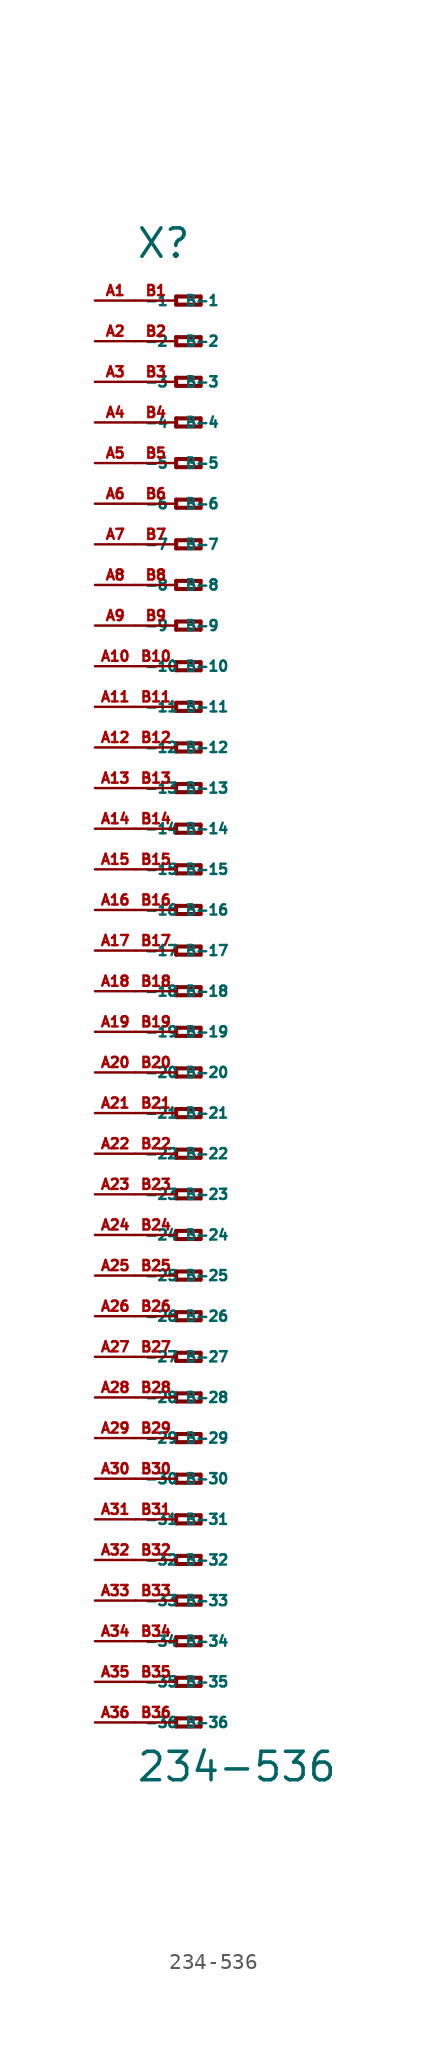
<source format=kicad_sym>
(kicad_symbol_lib
  (version 20220914)
  (generator Eagle2Kicad)
  (symbol "234-536"
    (property "Reference" "X"
      (at -5.08 45.72 0)
      (effects (font (size 1.778 1.778) (thickness 0.22)) (justify left bottom)))
    (property "Value" "234-536"
      (at -5.08 -49.53 0)
      (effects (font (size 1.778 1.778) (thickness 0.22)) (justify left bottom)))
    (polyline
      (pts (xy -2.54 43.434) (xy -2.54 42.926))
      (stroke (width 0.254) (type default))
      (fill (type none)))
    (polyline
      (pts (xy -2.54 42.926) (xy -1.016 42.926))
      (stroke (width 0.254) (type default))
      (fill (type none)))
    (polyline
      (pts (xy -1.016 42.926) (xy -1.016 43.434))
      (stroke (width 0.254) (type default))
      (fill (type none)))
    (polyline
      (pts (xy -1.016 43.434) (xy -2.54 43.434))
      (stroke (width 0.254) (type default))
      (fill (type none)))
    (polyline
      (pts (xy -2.54 40.894) (xy -2.54 40.386))
      (stroke (width 0.254) (type default))
      (fill (type none)))
    (polyline
      (pts (xy -2.54 40.386) (xy -1.016 40.386))
      (stroke (width 0.254) (type default))
      (fill (type none)))
    (polyline
      (pts (xy -1.016 40.386) (xy -1.016 40.894))
      (stroke (width 0.254) (type default))
      (fill (type none)))
    (polyline
      (pts (xy -1.016 40.894) (xy -2.54 40.894))
      (stroke (width 0.254) (type default))
      (fill (type none)))
    (polyline
      (pts (xy -2.54 38.354) (xy -2.54 37.846))
      (stroke (width 0.254) (type default))
      (fill (type none)))
    (polyline
      (pts (xy -2.54 37.846) (xy -1.016 37.846))
      (stroke (width 0.254) (type default))
      (fill (type none)))
    (polyline
      (pts (xy -1.016 37.846) (xy -1.016 38.354))
      (stroke (width 0.254) (type default))
      (fill (type none)))
    (polyline
      (pts (xy -1.016 38.354) (xy -2.54 38.354))
      (stroke (width 0.254) (type default))
      (fill (type none)))
    (polyline
      (pts (xy -2.54 35.814) (xy -2.54 35.306))
      (stroke (width 0.254) (type default))
      (fill (type none)))
    (polyline
      (pts (xy -2.54 35.306) (xy -1.016 35.306))
      (stroke (width 0.254) (type default))
      (fill (type none)))
    (polyline
      (pts (xy -1.016 35.306) (xy -1.016 35.814))
      (stroke (width 0.254) (type default))
      (fill (type none)))
    (polyline
      (pts (xy -1.016 35.814) (xy -2.54 35.814))
      (stroke (width 0.254) (type default))
      (fill (type none)))
    (polyline
      (pts (xy -2.54 33.274) (xy -2.54 32.766))
      (stroke (width 0.254) (type default))
      (fill (type none)))
    (polyline
      (pts (xy -2.54 32.766) (xy -1.016 32.766))
      (stroke (width 0.254) (type default))
      (fill (type none)))
    (polyline
      (pts (xy -1.016 32.766) (xy -1.016 33.274))
      (stroke (width 0.254) (type default))
      (fill (type none)))
    (polyline
      (pts (xy -1.016 33.274) (xy -2.54 33.274))
      (stroke (width 0.254) (type default))
      (fill (type none)))
    (polyline
      (pts (xy -2.54 30.734) (xy -2.54 30.226))
      (stroke (width 0.254) (type default))
      (fill (type none)))
    (polyline
      (pts (xy -2.54 30.226) (xy -1.016 30.226))
      (stroke (width 0.254) (type default))
      (fill (type none)))
    (polyline
      (pts (xy -1.016 30.226) (xy -1.016 30.734))
      (stroke (width 0.254) (type default))
      (fill (type none)))
    (polyline
      (pts (xy -1.016 30.734) (xy -2.54 30.734))
      (stroke (width 0.254) (type default))
      (fill (type none)))
    (polyline
      (pts (xy -2.54 28.194) (xy -2.54 27.686))
      (stroke (width 0.254) (type default))
      (fill (type none)))
    (polyline
      (pts (xy -2.54 27.686) (xy -1.016 27.686))
      (stroke (width 0.254) (type default))
      (fill (type none)))
    (polyline
      (pts (xy -1.016 27.686) (xy -1.016 28.194))
      (stroke (width 0.254) (type default))
      (fill (type none)))
    (polyline
      (pts (xy -1.016 28.194) (xy -2.54 28.194))
      (stroke (width 0.254) (type default))
      (fill (type none)))
    (polyline
      (pts (xy -2.54 25.654) (xy -2.54 25.146))
      (stroke (width 0.254) (type default))
      (fill (type none)))
    (polyline
      (pts (xy -2.54 25.146) (xy -1.016 25.146))
      (stroke (width 0.254) (type default))
      (fill (type none)))
    (polyline
      (pts (xy -1.016 25.146) (xy -1.016 25.654))
      (stroke (width 0.254) (type default))
      (fill (type none)))
    (polyline
      (pts (xy -1.016 25.654) (xy -2.54 25.654))
      (stroke (width 0.254) (type default))
      (fill (type none)))
    (polyline
      (pts (xy -2.54 23.114) (xy -2.54 22.606))
      (stroke (width 0.254) (type default))
      (fill (type none)))
    (polyline
      (pts (xy -2.54 22.606) (xy -1.016 22.606))
      (stroke (width 0.254) (type default))
      (fill (type none)))
    (polyline
      (pts (xy -1.016 22.606) (xy -1.016 23.114))
      (stroke (width 0.254) (type default))
      (fill (type none)))
    (polyline
      (pts (xy -1.016 23.114) (xy -2.54 23.114))
      (stroke (width 0.254) (type default))
      (fill (type none)))
    (polyline
      (pts (xy -2.54 20.574) (xy -2.54 20.066))
      (stroke (width 0.254) (type default))
      (fill (type none)))
    (polyline
      (pts (xy -2.54 20.066) (xy -1.016 20.066))
      (stroke (width 0.254) (type default))
      (fill (type none)))
    (polyline
      (pts (xy -1.016 20.066) (xy -1.016 20.574))
      (stroke (width 0.254) (type default))
      (fill (type none)))
    (polyline
      (pts (xy -1.016 20.574) (xy -2.54 20.574))
      (stroke (width 0.254) (type default))
      (fill (type none)))
    (polyline
      (pts (xy -2.54 18.034) (xy -2.54 17.526))
      (stroke (width 0.254) (type default))
      (fill (type none)))
    (polyline
      (pts (xy -2.54 17.526) (xy -1.016 17.526))
      (stroke (width 0.254) (type default))
      (fill (type none)))
    (polyline
      (pts (xy -1.016 17.526) (xy -1.016 18.034))
      (stroke (width 0.254) (type default))
      (fill (type none)))
    (polyline
      (pts (xy -1.016 18.034) (xy -2.54 18.034))
      (stroke (width 0.254) (type default))
      (fill (type none)))
    (polyline
      (pts (xy -2.54 15.494) (xy -2.54 14.986))
      (stroke (width 0.254) (type default))
      (fill (type none)))
    (polyline
      (pts (xy -2.54 14.986) (xy -1.016 14.986))
      (stroke (width 0.254) (type default))
      (fill (type none)))
    (polyline
      (pts (xy -1.016 14.986) (xy -1.016 15.494))
      (stroke (width 0.254) (type default))
      (fill (type none)))
    (polyline
      (pts (xy -1.016 15.494) (xy -2.54 15.494))
      (stroke (width 0.254) (type default))
      (fill (type none)))
    (polyline
      (pts (xy -2.54 12.954) (xy -2.54 12.446))
      (stroke (width 0.254) (type default))
      (fill (type none)))
    (polyline
      (pts (xy -2.54 12.446) (xy -1.016 12.446))
      (stroke (width 0.254) (type default))
      (fill (type none)))
    (polyline
      (pts (xy -1.016 12.446) (xy -1.016 12.954))
      (stroke (width 0.254) (type default))
      (fill (type none)))
    (polyline
      (pts (xy -1.016 12.954) (xy -2.54 12.954))
      (stroke (width 0.254) (type default))
      (fill (type none)))
    (polyline
      (pts (xy -2.54 10.414) (xy -2.54 9.906))
      (stroke (width 0.254) (type default))
      (fill (type none)))
    (polyline
      (pts (xy -2.54 9.906) (xy -1.016 9.906))
      (stroke (width 0.254) (type default))
      (fill (type none)))
    (polyline
      (pts (xy -1.016 9.906) (xy -1.016 10.414))
      (stroke (width 0.254) (type default))
      (fill (type none)))
    (polyline
      (pts (xy -1.016 10.414) (xy -2.54 10.414))
      (stroke (width 0.254) (type default))
      (fill (type none)))
    (polyline
      (pts (xy -2.54 7.874) (xy -2.54 7.366))
      (stroke (width 0.254) (type default))
      (fill (type none)))
    (polyline
      (pts (xy -2.54 7.366) (xy -1.016 7.366))
      (stroke (width 0.254) (type default))
      (fill (type none)))
    (polyline
      (pts (xy -1.016 7.366) (xy -1.016 7.874))
      (stroke (width 0.254) (type default))
      (fill (type none)))
    (polyline
      (pts (xy -1.016 7.874) (xy -2.54 7.874))
      (stroke (width 0.254) (type default))
      (fill (type none)))
    (polyline
      (pts (xy -2.54 5.334) (xy -2.54 4.826))
      (stroke (width 0.254) (type default))
      (fill (type none)))
    (polyline
      (pts (xy -2.54 4.826) (xy -1.016 4.826))
      (stroke (width 0.254) (type default))
      (fill (type none)))
    (polyline
      (pts (xy -1.016 4.826) (xy -1.016 5.334))
      (stroke (width 0.254) (type default))
      (fill (type none)))
    (polyline
      (pts (xy -1.016 5.334) (xy -2.54 5.334))
      (stroke (width 0.254) (type default))
      (fill (type none)))
    (polyline
      (pts (xy -2.54 2.794) (xy -2.54 2.286))
      (stroke (width 0.254) (type default))
      (fill (type none)))
    (polyline
      (pts (xy -2.54 2.286) (xy -1.016 2.286))
      (stroke (width 0.254) (type default))
      (fill (type none)))
    (polyline
      (pts (xy -1.016 2.286) (xy -1.016 2.794))
      (stroke (width 0.254) (type default))
      (fill (type none)))
    (polyline
      (pts (xy -1.016 2.794) (xy -2.54 2.794))
      (stroke (width 0.254) (type default))
      (fill (type none)))
    (polyline
      (pts (xy -2.54 0.254) (xy -2.54 -0.254))
      (stroke (width 0.254) (type default))
      (fill (type none)))
    (polyline
      (pts (xy -2.54 -0.254) (xy -1.016 -0.254))
      (stroke (width 0.254) (type default))
      (fill (type none)))
    (polyline
      (pts (xy -1.016 -0.254) (xy -1.016 0.254))
      (stroke (width 0.254) (type default))
      (fill (type none)))
    (polyline
      (pts (xy -1.016 0.254) (xy -2.54 0.254))
      (stroke (width 0.254) (type default))
      (fill (type none)))
    (polyline
      (pts (xy -2.54 -2.286) (xy -2.54 -2.794))
      (stroke (width 0.254) (type default))
      (fill (type none)))
    (polyline
      (pts (xy -2.54 -2.794) (xy -1.016 -2.794))
      (stroke (width 0.254) (type default))
      (fill (type none)))
    (polyline
      (pts (xy -1.016 -2.794) (xy -1.016 -2.286))
      (stroke (width 0.254) (type default))
      (fill (type none)))
    (polyline
      (pts (xy -1.016 -2.286) (xy -2.54 -2.286))
      (stroke (width 0.254) (type default))
      (fill (type none)))
    (polyline
      (pts (xy -2.54 -4.826) (xy -2.54 -5.334))
      (stroke (width 0.254) (type default))
      (fill (type none)))
    (polyline
      (pts (xy -2.54 -5.334) (xy -1.016 -5.334))
      (stroke (width 0.254) (type default))
      (fill (type none)))
    (polyline
      (pts (xy -1.016 -5.334) (xy -1.016 -4.826))
      (stroke (width 0.254) (type default))
      (fill (type none)))
    (polyline
      (pts (xy -1.016 -4.826) (xy -2.54 -4.826))
      (stroke (width 0.254) (type default))
      (fill (type none)))
    (polyline
      (pts (xy -2.54 -7.366) (xy -2.54 -7.874))
      (stroke (width 0.254) (type default))
      (fill (type none)))
    (polyline
      (pts (xy -2.54 -7.874) (xy -1.016 -7.874))
      (stroke (width 0.254) (type default))
      (fill (type none)))
    (polyline
      (pts (xy -1.016 -7.874) (xy -1.016 -7.366))
      (stroke (width 0.254) (type default))
      (fill (type none)))
    (polyline
      (pts (xy -1.016 -7.366) (xy -2.54 -7.366))
      (stroke (width 0.254) (type default))
      (fill (type none)))
    (polyline
      (pts (xy -2.54 -9.906) (xy -2.54 -10.414))
      (stroke (width 0.254) (type default))
      (fill (type none)))
    (polyline
      (pts (xy -2.54 -10.414) (xy -1.016 -10.414))
      (stroke (width 0.254) (type default))
      (fill (type none)))
    (polyline
      (pts (xy -1.016 -10.414) (xy -1.016 -9.906))
      (stroke (width 0.254) (type default))
      (fill (type none)))
    (polyline
      (pts (xy -1.016 -9.906) (xy -2.54 -9.906))
      (stroke (width 0.254) (type default))
      (fill (type none)))
    (polyline
      (pts (xy -2.54 -12.446) (xy -2.54 -12.954))
      (stroke (width 0.254) (type default))
      (fill (type none)))
    (polyline
      (pts (xy -2.54 -12.954) (xy -1.016 -12.954))
      (stroke (width 0.254) (type default))
      (fill (type none)))
    (polyline
      (pts (xy -1.016 -12.954) (xy -1.016 -12.446))
      (stroke (width 0.254) (type default))
      (fill (type none)))
    (polyline
      (pts (xy -1.016 -12.446) (xy -2.54 -12.446))
      (stroke (width 0.254) (type default))
      (fill (type none)))
    (polyline
      (pts (xy -2.54 -14.986) (xy -2.54 -15.494))
      (stroke (width 0.254) (type default))
      (fill (type none)))
    (polyline
      (pts (xy -2.54 -15.494) (xy -1.016 -15.494))
      (stroke (width 0.254) (type default))
      (fill (type none)))
    (polyline
      (pts (xy -1.016 -15.494) (xy -1.016 -14.986))
      (stroke (width 0.254) (type default))
      (fill (type none)))
    (polyline
      (pts (xy -1.016 -14.986) (xy -2.54 -14.986))
      (stroke (width 0.254) (type default))
      (fill (type none)))
    (polyline
      (pts (xy -2.54 -17.526) (xy -2.54 -18.034))
      (stroke (width 0.254) (type default))
      (fill (type none)))
    (polyline
      (pts (xy -2.54 -18.034) (xy -1.016 -18.034))
      (stroke (width 0.254) (type default))
      (fill (type none)))
    (polyline
      (pts (xy -1.016 -18.034) (xy -1.016 -17.526))
      (stroke (width 0.254) (type default))
      (fill (type none)))
    (polyline
      (pts (xy -1.016 -17.526) (xy -2.54 -17.526))
      (stroke (width 0.254) (type default))
      (fill (type none)))
    (polyline
      (pts (xy -2.54 -20.066) (xy -2.54 -20.574))
      (stroke (width 0.254) (type default))
      (fill (type none)))
    (polyline
      (pts (xy -2.54 -20.574) (xy -1.016 -20.574))
      (stroke (width 0.254) (type default))
      (fill (type none)))
    (polyline
      (pts (xy -1.016 -20.574) (xy -1.016 -20.066))
      (stroke (width 0.254) (type default))
      (fill (type none)))
    (polyline
      (pts (xy -1.016 -20.066) (xy -2.54 -20.066))
      (stroke (width 0.254) (type default))
      (fill (type none)))
    (polyline
      (pts (xy -2.54 -22.606) (xy -2.54 -23.114))
      (stroke (width 0.254) (type default))
      (fill (type none)))
    (polyline
      (pts (xy -2.54 -23.114) (xy -1.016 -23.114))
      (stroke (width 0.254) (type default))
      (fill (type none)))
    (polyline
      (pts (xy -1.016 -23.114) (xy -1.016 -22.606))
      (stroke (width 0.254) (type default))
      (fill (type none)))
    (polyline
      (pts (xy -1.016 -22.606) (xy -2.54 -22.606))
      (stroke (width 0.254) (type default))
      (fill (type none)))
    (polyline
      (pts (xy -2.54 -25.146) (xy -2.54 -25.654))
      (stroke (width 0.254) (type default))
      (fill (type none)))
    (polyline
      (pts (xy -2.54 -25.654) (xy -1.016 -25.654))
      (stroke (width 0.254) (type default))
      (fill (type none)))
    (polyline
      (pts (xy -1.016 -25.654) (xy -1.016 -25.146))
      (stroke (width 0.254) (type default))
      (fill (type none)))
    (polyline
      (pts (xy -1.016 -25.146) (xy -2.54 -25.146))
      (stroke (width 0.254) (type default))
      (fill (type none)))
    (polyline
      (pts (xy -2.54 -27.686) (xy -2.54 -28.194))
      (stroke (width 0.254) (type default))
      (fill (type none)))
    (polyline
      (pts (xy -2.54 -28.194) (xy -1.016 -28.194))
      (stroke (width 0.254) (type default))
      (fill (type none)))
    (polyline
      (pts (xy -1.016 -28.194) (xy -1.016 -27.686))
      (stroke (width 0.254) (type default))
      (fill (type none)))
    (polyline
      (pts (xy -1.016 -27.686) (xy -2.54 -27.686))
      (stroke (width 0.254) (type default))
      (fill (type none)))
    (polyline
      (pts (xy -2.54 -30.226) (xy -2.54 -30.734))
      (stroke (width 0.254) (type default))
      (fill (type none)))
    (polyline
      (pts (xy -2.54 -30.734) (xy -1.016 -30.734))
      (stroke (width 0.254) (type default))
      (fill (type none)))
    (polyline
      (pts (xy -1.016 -30.734) (xy -1.016 -30.226))
      (stroke (width 0.254) (type default))
      (fill (type none)))
    (polyline
      (pts (xy -1.016 -30.226) (xy -2.54 -30.226))
      (stroke (width 0.254) (type default))
      (fill (type none)))
    (polyline
      (pts (xy -2.54 -32.766) (xy -2.54 -33.274))
      (stroke (width 0.254) (type default))
      (fill (type none)))
    (polyline
      (pts (xy -2.54 -33.274) (xy -1.016 -33.274))
      (stroke (width 0.254) (type default))
      (fill (type none)))
    (polyline
      (pts (xy -1.016 -33.274) (xy -1.016 -32.766))
      (stroke (width 0.254) (type default))
      (fill (type none)))
    (polyline
      (pts (xy -1.016 -32.766) (xy -2.54 -32.766))
      (stroke (width 0.254) (type default))
      (fill (type none)))
    (polyline
      (pts (xy -2.54 -35.306) (xy -2.54 -35.814))
      (stroke (width 0.254) (type default))
      (fill (type none)))
    (polyline
      (pts (xy -2.54 -35.814) (xy -1.016 -35.814))
      (stroke (width 0.254) (type default))
      (fill (type none)))
    (polyline
      (pts (xy -1.016 -35.814) (xy -1.016 -35.306))
      (stroke (width 0.254) (type default))
      (fill (type none)))
    (polyline
      (pts (xy -1.016 -35.306) (xy -2.54 -35.306))
      (stroke (width 0.254) (type default))
      (fill (type none)))
    (polyline
      (pts (xy -2.54 -37.846) (xy -2.54 -38.354))
      (stroke (width 0.254) (type default))
      (fill (type none)))
    (polyline
      (pts (xy -2.54 -38.354) (xy -1.016 -38.354))
      (stroke (width 0.254) (type default))
      (fill (type none)))
    (polyline
      (pts (xy -1.016 -38.354) (xy -1.016 -37.846))
      (stroke (width 0.254) (type default))
      (fill (type none)))
    (polyline
      (pts (xy -1.016 -37.846) (xy -2.54 -37.846))
      (stroke (width 0.254) (type default))
      (fill (type none)))
    (polyline
      (pts (xy -2.54 -40.386) (xy -2.54 -40.894))
      (stroke (width 0.254) (type default))
      (fill (type none)))
    (polyline
      (pts (xy -2.54 -40.894) (xy -1.016 -40.894))
      (stroke (width 0.254) (type default))
      (fill (type none)))
    (polyline
      (pts (xy -1.016 -40.894) (xy -1.016 -40.386))
      (stroke (width 0.254) (type default))
      (fill (type none)))
    (polyline
      (pts (xy -1.016 -40.386) (xy -2.54 -40.386))
      (stroke (width 0.254) (type default))
      (fill (type none)))
    (polyline
      (pts (xy -2.54 -42.926) (xy -2.54 -43.434))
      (stroke (width 0.254) (type default))
      (fill (type none)))
    (polyline
      (pts (xy -2.54 -43.434) (xy -1.016 -43.434))
      (stroke (width 0.254) (type default))
      (fill (type none)))
    (polyline
      (pts (xy -1.016 -43.434) (xy -1.016 -42.926))
      (stroke (width 0.254) (type default))
      (fill (type none)))
    (polyline
      (pts (xy -1.016 -42.926) (xy -2.54 -42.926))
      (stroke (width 0.254) (type default))
      (fill (type none)))
    (polyline
      (pts (xy -2.54 -45.466) (xy -2.54 -45.974))
      (stroke (width 0.254) (type default))
      (fill (type none)))
    (polyline
      (pts (xy -2.54 -45.974) (xy -1.016 -45.974))
      (stroke (width 0.254) (type default))
      (fill (type none)))
    (polyline
      (pts (xy -1.016 -45.974) (xy -1.016 -45.466))
      (stroke (width 0.254) (type default))
      (fill (type none)))
    (polyline
      (pts (xy -1.016 -45.466) (xy -2.54 -45.466))
      (stroke (width 0.254) (type default))
      (fill (type none)))
    (pin passive line
      (at -7.62 43.18 0)
      (length 2.54)
      (name "-1" (effects (font (size 0.635 0.635) (thickness 0.08)) (justify left bottom)))
      (number "A1" (effects (font (size 0.635 0.635) (thickness 0.08)) (justify left bottom))))
    (pin passive line
      (at -7.62 40.64 0)
      (length 2.54)
      (name "-2" (effects (font (size 0.635 0.635) (thickness 0.08)) (justify left bottom)))
      (number "A2" (effects (font (size 0.635 0.635) (thickness 0.08)) (justify left bottom))))
    (pin passive line
      (at -7.62 38.1 0)
      (length 2.54)
      (name "-3" (effects (font (size 0.635 0.635) (thickness 0.08)) (justify left bottom)))
      (number "A3" (effects (font (size 0.635 0.635) (thickness 0.08)) (justify left bottom))))
    (pin passive line
      (at -7.62 35.56 0)
      (length 2.54)
      (name "-4" (effects (font (size 0.635 0.635) (thickness 0.08)) (justify left bottom)))
      (number "A4" (effects (font (size 0.635 0.635) (thickness 0.08)) (justify left bottom))))
    (pin passive line
      (at -7.62 33.02 0)
      (length 2.54)
      (name "-5" (effects (font (size 0.635 0.635) (thickness 0.08)) (justify left bottom)))
      (number "A5" (effects (font (size 0.635 0.635) (thickness 0.08)) (justify left bottom))))
    (pin passive line
      (at -7.62 30.48 0)
      (length 2.54)
      (name "-6" (effects (font (size 0.635 0.635) (thickness 0.08)) (justify left bottom)))
      (number "A6" (effects (font (size 0.635 0.635) (thickness 0.08)) (justify left bottom))))
    (pin passive line
      (at -7.62 27.94 0)
      (length 2.54)
      (name "-7" (effects (font (size 0.635 0.635) (thickness 0.08)) (justify left bottom)))
      (number "A7" (effects (font (size 0.635 0.635) (thickness 0.08)) (justify left bottom))))
    (pin passive line
      (at -7.62 25.4 0)
      (length 2.54)
      (name "-8" (effects (font (size 0.635 0.635) (thickness 0.08)) (justify left bottom)))
      (number "A8" (effects (font (size 0.635 0.635) (thickness 0.08)) (justify left bottom))))
    (pin passive line
      (at -7.62 22.86 0)
      (length 2.54)
      (name "-9" (effects (font (size 0.635 0.635) (thickness 0.08)) (justify left bottom)))
      (number "A9" (effects (font (size 0.635 0.635) (thickness 0.08)) (justify left bottom))))
    (pin passive line
      (at -7.62 20.32 0)
      (length 2.54)
      (name "-10" (effects (font (size 0.635 0.635) (thickness 0.08)) (justify left bottom)))
      (number "A10" (effects (font (size 0.635 0.635) (thickness 0.08)) (justify left bottom))))
    (pin passive line
      (at -7.62 17.78 0)
      (length 2.54)
      (name "-11" (effects (font (size 0.635 0.635) (thickness 0.08)) (justify left bottom)))
      (number "A11" (effects (font (size 0.635 0.635) (thickness 0.08)) (justify left bottom))))
    (pin passive line
      (at -7.62 15.24 0)
      (length 2.54)
      (name "-12" (effects (font (size 0.635 0.635) (thickness 0.08)) (justify left bottom)))
      (number "A12" (effects (font (size 0.635 0.635) (thickness 0.08)) (justify left bottom))))
    (pin passive line
      (at -7.62 12.7 0)
      (length 2.54)
      (name "-13" (effects (font (size 0.635 0.635) (thickness 0.08)) (justify left bottom)))
      (number "A13" (effects (font (size 0.635 0.635) (thickness 0.08)) (justify left bottom))))
    (pin passive line
      (at -7.62 10.16 0)
      (length 2.54)
      (name "-14" (effects (font (size 0.635 0.635) (thickness 0.08)) (justify left bottom)))
      (number "A14" (effects (font (size 0.635 0.635) (thickness 0.08)) (justify left bottom))))
    (pin passive line
      (at -7.62 7.62 0)
      (length 2.54)
      (name "-15" (effects (font (size 0.635 0.635) (thickness 0.08)) (justify left bottom)))
      (number "A15" (effects (font (size 0.635 0.635) (thickness 0.08)) (justify left bottom))))
    (pin passive line
      (at -7.62 5.08 0)
      (length 2.54)
      (name "-16" (effects (font (size 0.635 0.635) (thickness 0.08)) (justify left bottom)))
      (number "A16" (effects (font (size 0.635 0.635) (thickness 0.08)) (justify left bottom))))
    (pin passive line
      (at -7.62 2.54 0)
      (length 2.54)
      (name "-17" (effects (font (size 0.635 0.635) (thickness 0.08)) (justify left bottom)))
      (number "A17" (effects (font (size 0.635 0.635) (thickness 0.08)) (justify left bottom))))
    (pin passive line
      (at -7.62 0 0)
      (length 2.54)
      (name "-18" (effects (font (size 0.635 0.635) (thickness 0.08)) (justify left bottom)))
      (number "A18" (effects (font (size 0.635 0.635) (thickness 0.08)) (justify left bottom))))
    (pin passive line
      (at -7.62 -2.54 0)
      (length 2.54)
      (name "-19" (effects (font (size 0.635 0.635) (thickness 0.08)) (justify left bottom)))
      (number "A19" (effects (font (size 0.635 0.635) (thickness 0.08)) (justify left bottom))))
    (pin passive line
      (at -7.62 -5.08 0)
      (length 2.54)
      (name "-20" (effects (font (size 0.635 0.635) (thickness 0.08)) (justify left bottom)))
      (number "A20" (effects (font (size 0.635 0.635) (thickness 0.08)) (justify left bottom))))
    (pin passive line
      (at -7.62 -7.62 0)
      (length 2.54)
      (name "-21" (effects (font (size 0.635 0.635) (thickness 0.08)) (justify left bottom)))
      (number "A21" (effects (font (size 0.635 0.635) (thickness 0.08)) (justify left bottom))))
    (pin passive line
      (at -7.62 -10.16 0)
      (length 2.54)
      (name "-22" (effects (font (size 0.635 0.635) (thickness 0.08)) (justify left bottom)))
      (number "A22" (effects (font (size 0.635 0.635) (thickness 0.08)) (justify left bottom))))
    (pin passive line
      (at -7.62 -12.7 0)
      (length 2.54)
      (name "-23" (effects (font (size 0.635 0.635) (thickness 0.08)) (justify left bottom)))
      (number "A23" (effects (font (size 0.635 0.635) (thickness 0.08)) (justify left bottom))))
    (pin passive line
      (at -7.62 -15.24 0)
      (length 2.54)
      (name "-24" (effects (font (size 0.635 0.635) (thickness 0.08)) (justify left bottom)))
      (number "A24" (effects (font (size 0.635 0.635) (thickness 0.08)) (justify left bottom))))
    (pin passive line
      (at -7.62 -17.78 0)
      (length 2.54)
      (name "-25" (effects (font (size 0.635 0.635) (thickness 0.08)) (justify left bottom)))
      (number "A25" (effects (font (size 0.635 0.635) (thickness 0.08)) (justify left bottom))))
    (pin passive line
      (at -7.62 -20.32 0)
      (length 2.54)
      (name "-26" (effects (font (size 0.635 0.635) (thickness 0.08)) (justify left bottom)))
      (number "A26" (effects (font (size 0.635 0.635) (thickness 0.08)) (justify left bottom))))
    (pin passive line
      (at -7.62 -22.86 0)
      (length 2.54)
      (name "-27" (effects (font (size 0.635 0.635) (thickness 0.08)) (justify left bottom)))
      (number "A27" (effects (font (size 0.635 0.635) (thickness 0.08)) (justify left bottom))))
    (pin passive line
      (at -7.62 -25.4 0)
      (length 2.54)
      (name "-28" (effects (font (size 0.635 0.635) (thickness 0.08)) (justify left bottom)))
      (number "A28" (effects (font (size 0.635 0.635) (thickness 0.08)) (justify left bottom))))
    (pin passive line
      (at -7.62 -27.94 0)
      (length 2.54)
      (name "-29" (effects (font (size 0.635 0.635) (thickness 0.08)) (justify left bottom)))
      (number "A29" (effects (font (size 0.635 0.635) (thickness 0.08)) (justify left bottom))))
    (pin passive line
      (at -7.62 -30.48 0)
      (length 2.54)
      (name "-30" (effects (font (size 0.635 0.635) (thickness 0.08)) (justify left bottom)))
      (number "A30" (effects (font (size 0.635 0.635) (thickness 0.08)) (justify left bottom))))
    (pin passive line
      (at -7.62 -33.02 0)
      (length 2.54)
      (name "-31" (effects (font (size 0.635 0.635) (thickness 0.08)) (justify left bottom)))
      (number "A31" (effects (font (size 0.635 0.635) (thickness 0.08)) (justify left bottom))))
    (pin passive line
      (at -7.62 -35.56 0)
      (length 2.54)
      (name "-32" (effects (font (size 0.635 0.635) (thickness 0.08)) (justify left bottom)))
      (number "A32" (effects (font (size 0.635 0.635) (thickness 0.08)) (justify left bottom))))
    (pin passive line
      (at -7.62 -38.1 0)
      (length 2.54)
      (name "-33" (effects (font (size 0.635 0.635) (thickness 0.08)) (justify left bottom)))
      (number "A33" (effects (font (size 0.635 0.635) (thickness 0.08)) (justify left bottom))))
    (pin passive line
      (at -7.62 -40.64 0)
      (length 2.54)
      (name "-34" (effects (font (size 0.635 0.635) (thickness 0.08)) (justify left bottom)))
      (number "A34" (effects (font (size 0.635 0.635) (thickness 0.08)) (justify left bottom))))
    (pin passive line
      (at -7.62 -43.18 0)
      (length 2.54)
      (name "-35" (effects (font (size 0.635 0.635) (thickness 0.08)) (justify left bottom)))
      (number "A35" (effects (font (size 0.635 0.635) (thickness 0.08)) (justify left bottom))))
    (pin passive line
      (at -7.62 -45.72 0)
      (length 2.54)
      (name "-36" (effects (font (size 0.635 0.635) (thickness 0.08)) (justify left bottom)))
      (number "A36" (effects (font (size 0.635 0.635) (thickness 0.08)) (justify left bottom))))
    (pin passive line
      (at -5.08 -45.72 0)
      (length 2.54)
      (name "B-36" (effects (font (size 0.635 0.635) (thickness 0.08)) (justify left bottom)))
      (number "B36" (effects (font (size 0.635 0.635) (thickness 0.08)) (justify left bottom))))
    (pin passive line
      (at -5.08 43.18 0)
      (length 2.54)
      (name "B-1" (effects (font (size 0.635 0.635) (thickness 0.08)) (justify left bottom)))
      (number "B1" (effects (font (size 0.635 0.635) (thickness 0.08)) (justify left bottom))))
    (pin passive line
      (at -5.08 40.64 0)
      (length 2.54)
      (name "B-2" (effects (font (size 0.635 0.635) (thickness 0.08)) (justify left bottom)))
      (number "B2" (effects (font (size 0.635 0.635) (thickness 0.08)) (justify left bottom))))
    (pin passive line
      (at -5.08 38.1 0)
      (length 2.54)
      (name "B-3" (effects (font (size 0.635 0.635) (thickness 0.08)) (justify left bottom)))
      (number "B3" (effects (font (size 0.635 0.635) (thickness 0.08)) (justify left bottom))))
    (pin passive line
      (at -5.08 35.56 0)
      (length 2.54)
      (name "B-4" (effects (font (size 0.635 0.635) (thickness 0.08)) (justify left bottom)))
      (number "B4" (effects (font (size 0.635 0.635) (thickness 0.08)) (justify left bottom))))
    (pin passive line
      (at -5.08 33.02 0)
      (length 2.54)
      (name "B-5" (effects (font (size 0.635 0.635) (thickness 0.08)) (justify left bottom)))
      (number "B5" (effects (font (size 0.635 0.635) (thickness 0.08)) (justify left bottom))))
    (pin passive line
      (at -5.08 30.48 0)
      (length 2.54)
      (name "B-6" (effects (font (size 0.635 0.635) (thickness 0.08)) (justify left bottom)))
      (number "B6" (effects (font (size 0.635 0.635) (thickness 0.08)) (justify left bottom))))
    (pin passive line
      (at -5.08 27.94 0)
      (length 2.54)
      (name "B-7" (effects (font (size 0.635 0.635) (thickness 0.08)) (justify left bottom)))
      (number "B7" (effects (font (size 0.635 0.635) (thickness 0.08)) (justify left bottom))))
    (pin passive line
      (at -5.08 25.4 0)
      (length 2.54)
      (name "B-8" (effects (font (size 0.635 0.635) (thickness 0.08)) (justify left bottom)))
      (number "B8" (effects (font (size 0.635 0.635) (thickness 0.08)) (justify left bottom))))
    (pin passive line
      (at -5.08 22.86 0)
      (length 2.54)
      (name "B-9" (effects (font (size 0.635 0.635) (thickness 0.08)) (justify left bottom)))
      (number "B9" (effects (font (size 0.635 0.635) (thickness 0.08)) (justify left bottom))))
    (pin passive line
      (at -5.08 20.32 0)
      (length 2.54)
      (name "B-10" (effects (font (size 0.635 0.635) (thickness 0.08)) (justify left bottom)))
      (number "B10" (effects (font (size 0.635 0.635) (thickness 0.08)) (justify left bottom))))
    (pin passive line
      (at -5.08 17.78 0)
      (length 2.54)
      (name "B-11" (effects (font (size 0.635 0.635) (thickness 0.08)) (justify left bottom)))
      (number "B11" (effects (font (size 0.635 0.635) (thickness 0.08)) (justify left bottom))))
    (pin passive line
      (at -5.08 15.24 0)
      (length 2.54)
      (name "B-12" (effects (font (size 0.635 0.635) (thickness 0.08)) (justify left bottom)))
      (number "B12" (effects (font (size 0.635 0.635) (thickness 0.08)) (justify left bottom))))
    (pin passive line
      (at -5.08 12.7 0)
      (length 2.54)
      (name "B-13" (effects (font (size 0.635 0.635) (thickness 0.08)) (justify left bottom)))
      (number "B13" (effects (font (size 0.635 0.635) (thickness 0.08)) (justify left bottom))))
    (pin passive line
      (at -5.08 10.16 0)
      (length 2.54)
      (name "B-14" (effects (font (size 0.635 0.635) (thickness 0.08)) (justify left bottom)))
      (number "B14" (effects (font (size 0.635 0.635) (thickness 0.08)) (justify left bottom))))
    (pin passive line
      (at -5.08 7.62 0)
      (length 2.54)
      (name "B-15" (effects (font (size 0.635 0.635) (thickness 0.08)) (justify left bottom)))
      (number "B15" (effects (font (size 0.635 0.635) (thickness 0.08)) (justify left bottom))))
    (pin passive line
      (at -5.08 5.08 0)
      (length 2.54)
      (name "B-16" (effects (font (size 0.635 0.635) (thickness 0.08)) (justify left bottom)))
      (number "B16" (effects (font (size 0.635 0.635) (thickness 0.08)) (justify left bottom))))
    (pin passive line
      (at -5.08 2.54 0)
      (length 2.54)
      (name "B-17" (effects (font (size 0.635 0.635) (thickness 0.08)) (justify left bottom)))
      (number "B17" (effects (font (size 0.635 0.635) (thickness 0.08)) (justify left bottom))))
    (pin passive line
      (at -5.08 0 0)
      (length 2.54)
      (name "B-18" (effects (font (size 0.635 0.635) (thickness 0.08)) (justify left bottom)))
      (number "B18" (effects (font (size 0.635 0.635) (thickness 0.08)) (justify left bottom))))
    (pin passive line
      (at -5.08 -2.54 0)
      (length 2.54)
      (name "B-19" (effects (font (size 0.635 0.635) (thickness 0.08)) (justify left bottom)))
      (number "B19" (effects (font (size 0.635 0.635) (thickness 0.08)) (justify left bottom))))
    (pin passive line
      (at -5.08 -5.08 0)
      (length 2.54)
      (name "B-20" (effects (font (size 0.635 0.635) (thickness 0.08)) (justify left bottom)))
      (number "B20" (effects (font (size 0.635 0.635) (thickness 0.08)) (justify left bottom))))
    (pin passive line
      (at -5.08 -7.62 0)
      (length 2.54)
      (name "B-21" (effects (font (size 0.635 0.635) (thickness 0.08)) (justify left bottom)))
      (number "B21" (effects (font (size 0.635 0.635) (thickness 0.08)) (justify left bottom))))
    (pin passive line
      (at -5.08 -10.16 0)
      (length 2.54)
      (name "B-22" (effects (font (size 0.635 0.635) (thickness 0.08)) (justify left bottom)))
      (number "B22" (effects (font (size 0.635 0.635) (thickness 0.08)) (justify left bottom))))
    (pin passive line
      (at -5.08 -12.7 0)
      (length 2.54)
      (name "B-23" (effects (font (size 0.635 0.635) (thickness 0.08)) (justify left bottom)))
      (number "B23" (effects (font (size 0.635 0.635) (thickness 0.08)) (justify left bottom))))
    (pin passive line
      (at -5.08 -15.24 0)
      (length 2.54)
      (name "B-24" (effects (font (size 0.635 0.635) (thickness 0.08)) (justify left bottom)))
      (number "B24" (effects (font (size 0.635 0.635) (thickness 0.08)) (justify left bottom))))
    (pin passive line
      (at -5.08 -17.78 0)
      (length 2.54)
      (name "B-25" (effects (font (size 0.635 0.635) (thickness 0.08)) (justify left bottom)))
      (number "B25" (effects (font (size 0.635 0.635) (thickness 0.08)) (justify left bottom))))
    (pin passive line
      (at -5.08 -20.32 0)
      (length 2.54)
      (name "B-26" (effects (font (size 0.635 0.635) (thickness 0.08)) (justify left bottom)))
      (number "B26" (effects (font (size 0.635 0.635) (thickness 0.08)) (justify left bottom))))
    (pin passive line
      (at -5.08 -22.86 0)
      (length 2.54)
      (name "B-27" (effects (font (size 0.635 0.635) (thickness 0.08)) (justify left bottom)))
      (number "B27" (effects (font (size 0.635 0.635) (thickness 0.08)) (justify left bottom))))
    (pin passive line
      (at -5.08 -25.4 0)
      (length 2.54)
      (name "B-28" (effects (font (size 0.635 0.635) (thickness 0.08)) (justify left bottom)))
      (number "B28" (effects (font (size 0.635 0.635) (thickness 0.08)) (justify left bottom))))
    (pin passive line
      (at -5.08 -27.94 0)
      (length 2.54)
      (name "B-29" (effects (font (size 0.635 0.635) (thickness 0.08)) (justify left bottom)))
      (number "B29" (effects (font (size 0.635 0.635) (thickness 0.08)) (justify left bottom))))
    (pin passive line
      (at -5.08 -30.48 0)
      (length 2.54)
      (name "B-30" (effects (font (size 0.635 0.635) (thickness 0.08)) (justify left bottom)))
      (number "B30" (effects (font (size 0.635 0.635) (thickness 0.08)) (justify left bottom))))
    (pin passive line
      (at -5.08 -33.02 0)
      (length 2.54)
      (name "B-31" (effects (font (size 0.635 0.635) (thickness 0.08)) (justify left bottom)))
      (number "B31" (effects (font (size 0.635 0.635) (thickness 0.08)) (justify left bottom))))
    (pin passive line
      (at -5.08 -35.56 0)
      (length 2.54)
      (name "B-32" (effects (font (size 0.635 0.635) (thickness 0.08)) (justify left bottom)))
      (number "B32" (effects (font (size 0.635 0.635) (thickness 0.08)) (justify left bottom))))
    (pin passive line
      (at -5.08 -38.1 0)
      (length 2.54)
      (name "B-33" (effects (font (size 0.635 0.635) (thickness 0.08)) (justify left bottom)))
      (number "B33" (effects (font (size 0.635 0.635) (thickness 0.08)) (justify left bottom))))
    (pin passive line
      (at -5.08 -40.64 0)
      (length 2.54)
      (name "B-34" (effects (font (size 0.635 0.635) (thickness 0.08)) (justify left bottom)))
      (number "B34" (effects (font (size 0.635 0.635) (thickness 0.08)) (justify left bottom))))
    (pin passive line
      (at -5.08 -43.18 0)
      (length 2.54)
      (name "B-35" (effects (font (size 0.635 0.635) (thickness 0.08)) (justify left bottom)))
      (number "B35" (effects (font (size 0.635 0.635) (thickness 0.08)) (justify left bottom))))))
</source>
